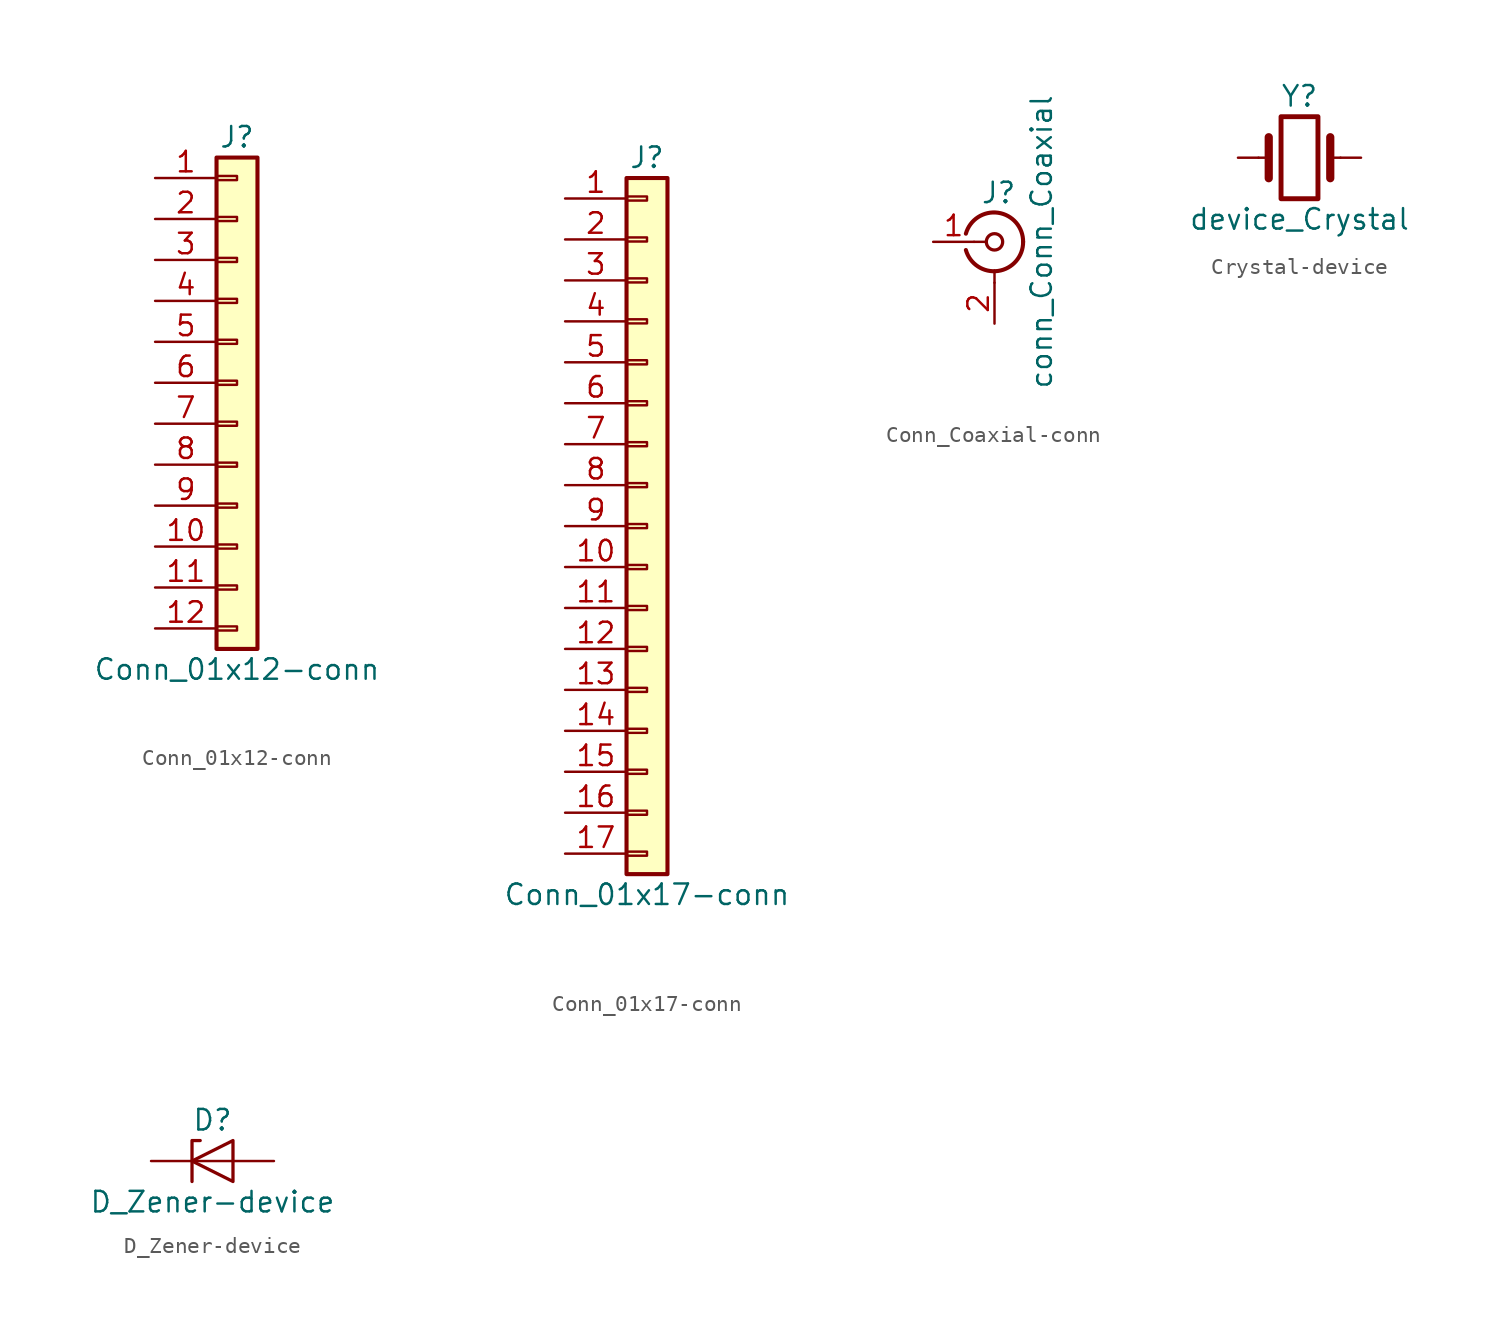
<source format=kicad_sym>
(kicad_symbol_lib
  (version 20220914)
  (generator kicad_symbol_editor)
  (symbol "Conn_01x12-conn"
    (pin_names
      (offset 1.016) hide)
    (property "Reference" "J"
      (at 0 15.24 0)
      (effects (font (size 1.27 1.27))))
    (property "Value" "Conn_01x12-conn"
      (at 0 -17.78 0)
      (effects (font (size 1.27 1.27))))
    (symbol "Conn_01x12-conn_1_1"
      (rectangle (start -1.27 -15.113) (end 0 -15.367) (stroke (width 0.152) (type solid)) (fill (type none)))
      (rectangle (start -1.27 -12.573) (end 0 -12.827) (stroke (width 0.152) (type solid)) (fill (type none)))
      (rectangle (start -1.27 -10.033) (end 0 -10.287) (stroke (width 0.152) (type solid)) (fill (type none)))
      (rectangle (start -1.27 -7.493) (end 0 -7.747) (stroke (width 0.152) (type solid)) (fill (type none)))
      (rectangle (start -1.27 -4.953) (end 0 -5.207) (stroke (width 0.152) (type solid)) (fill (type none)))
      (rectangle (start -1.27 -2.413) (end 0 -2.667) (stroke (width 0.152) (type solid)) (fill (type none)))
      (rectangle (start -1.27 0.127) (end 0 -0.127) (stroke (width 0.152) (type solid)) (fill (type none)))
      (rectangle (start -1.27 2.667) (end 0 2.413) (stroke (width 0.152) (type solid)) (fill (type none)))
      (rectangle (start -1.27 5.207) (end 0 4.953) (stroke (width 0.152) (type solid)) (fill (type none)))
      (rectangle (start -1.27 7.747) (end 0 7.493) (stroke (width 0.152) (type solid)) (fill (type none)))
      (rectangle (start -1.27 10.287) (end 0 10.033) (stroke (width 0.152) (type solid)) (fill (type none)))
      (rectangle (start -1.27 12.827) (end 0 12.573) (stroke (width 0.152) (type solid)) (fill (type none)))
      (rectangle (start -1.27 13.97) (end 1.27 -16.51) (stroke (width 0.254) (type solid)) (fill (type background)))
      (pin passive line (at -5.08 12.7 0) (length 3.81) (name "Pin_1" (effects (font (size 1.27 1.27)))) (number "1" (effects (font (size 1.27 1.27)))))
      (pin passive line (at -5.08 -10.16 0) (length 3.81) (name "Pin_10" (effects (font (size 1.27 1.27)))) (number "10" (effects (font (size 1.27 1.27)))))
      (pin passive line (at -5.08 -12.7 0) (length 3.81) (name "Pin_11" (effects (font (size 1.27 1.27)))) (number "11" (effects (font (size 1.27 1.27)))))
      (pin passive line (at -5.08 -15.24 0) (length 3.81) (name "Pin_12" (effects (font (size 1.27 1.27)))) (number "12" (effects (font (size 1.27 1.27)))))
      (pin passive line (at -5.08 10.16 0) (length 3.81) (name "Pin_2" (effects (font (size 1.27 1.27)))) (number "2" (effects (font (size 1.27 1.27)))))
      (pin passive line (at -5.08 7.62 0) (length 3.81) (name "Pin_3" (effects (font (size 1.27 1.27)))) (number "3" (effects (font (size 1.27 1.27)))))
      (pin passive line (at -5.08 5.08 0) (length 3.81) (name "Pin_4" (effects (font (size 1.27 1.27)))) (number "4" (effects (font (size 1.27 1.27)))))
      (pin passive line (at -5.08 2.54 0) (length 3.81) (name "Pin_5" (effects (font (size 1.27 1.27)))) (number "5" (effects (font (size 1.27 1.27)))))
      (pin passive line (at -5.08 0 0) (length 3.81) (name "Pin_6" (effects (font (size 1.27 1.27)))) (number "6" (effects (font (size 1.27 1.27)))))
      (pin passive line (at -5.08 -2.54 0) (length 3.81) (name "Pin_7" (effects (font (size 1.27 1.27)))) (number "7" (effects (font (size 1.27 1.27)))))
      (pin passive line (at -5.08 -5.08 0) (length 3.81) (name "Pin_8" (effects (font (size 1.27 1.27)))) (number "8" (effects (font (size 1.27 1.27)))))
      (pin passive line (at -5.08 -7.62 0) (length 3.81) (name "Pin_9" (effects (font (size 1.27 1.27)))) (number "9" (effects (font (size 1.27 1.27)))))))
  (symbol "Conn_01x17-conn"
    (pin_names
      (offset 1.016) hide)
    (property "Reference" "J"
      (at 0 22.86 0)
      (effects (font (size 1.27 1.27))))
    (property "Value" "Conn_01x17-conn"
      (at 0 -22.86 0)
      (effects (font (size 1.27 1.27))))
    (symbol "Conn_01x17-conn_1_1"
      (rectangle (start -1.27 -20.193) (end 0 -20.447) (stroke (width 0.152) (type solid)) (fill (type none)))
      (rectangle (start -1.27 -17.653) (end 0 -17.907) (stroke (width 0.152) (type solid)) (fill (type none)))
      (rectangle (start -1.27 -15.113) (end 0 -15.367) (stroke (width 0.152) (type solid)) (fill (type none)))
      (rectangle (start -1.27 -12.573) (end 0 -12.827) (stroke (width 0.152) (type solid)) (fill (type none)))
      (rectangle (start -1.27 -10.033) (end 0 -10.287) (stroke (width 0.152) (type solid)) (fill (type none)))
      (rectangle (start -1.27 -7.493) (end 0 -7.747) (stroke (width 0.152) (type solid)) (fill (type none)))
      (rectangle (start -1.27 -4.953) (end 0 -5.207) (stroke (width 0.152) (type solid)) (fill (type none)))
      (rectangle (start -1.27 -2.413) (end 0 -2.667) (stroke (width 0.152) (type solid)) (fill (type none)))
      (rectangle (start -1.27 0.127) (end 0 -0.127) (stroke (width 0.152) (type solid)) (fill (type none)))
      (rectangle (start -1.27 2.667) (end 0 2.413) (stroke (width 0.152) (type solid)) (fill (type none)))
      (rectangle (start -1.27 5.207) (end 0 4.953) (stroke (width 0.152) (type solid)) (fill (type none)))
      (rectangle (start -1.27 7.747) (end 0 7.493) (stroke (width 0.152) (type solid)) (fill (type none)))
      (rectangle (start -1.27 10.287) (end 0 10.033) (stroke (width 0.152) (type solid)) (fill (type none)))
      (rectangle (start -1.27 12.827) (end 0 12.573) (stroke (width 0.152) (type solid)) (fill (type none)))
      (rectangle (start -1.27 15.367) (end 0 15.113) (stroke (width 0.152) (type solid)) (fill (type none)))
      (rectangle (start -1.27 17.907) (end 0 17.653) (stroke (width 0.152) (type solid)) (fill (type none)))
      (rectangle (start -1.27 20.447) (end 0 20.193) (stroke (width 0.152) (type solid)) (fill (type none)))
      (rectangle (start -1.27 21.59) (end 1.27 -21.59) (stroke (width 0.254) (type solid)) (fill (type background)))
      (pin passive line (at -5.08 20.32 0) (length 3.81) (name "Pin_1" (effects (font (size 1.27 1.27)))) (number "1" (effects (font (size 1.27 1.27)))))
      (pin passive line (at -5.08 -2.54 0) (length 3.81) (name "Pin_10" (effects (font (size 1.27 1.27)))) (number "10" (effects (font (size 1.27 1.27)))))
      (pin passive line (at -5.08 -5.08 0) (length 3.81) (name "Pin_11" (effects (font (size 1.27 1.27)))) (number "11" (effects (font (size 1.27 1.27)))))
      (pin passive line (at -5.08 -7.62 0) (length 3.81) (name "Pin_12" (effects (font (size 1.27 1.27)))) (number "12" (effects (font (size 1.27 1.27)))))
      (pin passive line (at -5.08 -10.16 0) (length 3.81) (name "Pin_13" (effects (font (size 1.27 1.27)))) (number "13" (effects (font (size 1.27 1.27)))))
      (pin passive line (at -5.08 -12.7 0) (length 3.81) (name "Pin_14" (effects (font (size 1.27 1.27)))) (number "14" (effects (font (size 1.27 1.27)))))
      (pin passive line (at -5.08 -15.24 0) (length 3.81) (name "Pin_15" (effects (font (size 1.27 1.27)))) (number "15" (effects (font (size 1.27 1.27)))))
      (pin passive line (at -5.08 -17.78 0) (length 3.81) (name "Pin_16" (effects (font (size 1.27 1.27)))) (number "16" (effects (font (size 1.27 1.27)))))
      (pin passive line (at -5.08 -20.32 0) (length 3.81) (name "Pin_17" (effects (font (size 1.27 1.27)))) (number "17" (effects (font (size 1.27 1.27)))))
      (pin passive line (at -5.08 17.78 0) (length 3.81) (name "Pin_2" (effects (font (size 1.27 1.27)))) (number "2" (effects (font (size 1.27 1.27)))))
      (pin passive line (at -5.08 15.24 0) (length 3.81) (name "Pin_3" (effects (font (size 1.27 1.27)))) (number "3" (effects (font (size 1.27 1.27)))))
      (pin passive line (at -5.08 12.7 0) (length 3.81) (name "Pin_4" (effects (font (size 1.27 1.27)))) (number "4" (effects (font (size 1.27 1.27)))))
      (pin passive line (at -5.08 10.16 0) (length 3.81) (name "Pin_5" (effects (font (size 1.27 1.27)))) (number "5" (effects (font (size 1.27 1.27)))))
      (pin passive line (at -5.08 7.62 0) (length 3.81) (name "Pin_6" (effects (font (size 1.27 1.27)))) (number "6" (effects (font (size 1.27 1.27)))))
      (pin passive line (at -5.08 5.08 0) (length 3.81) (name "Pin_7" (effects (font (size 1.27 1.27)))) (number "7" (effects (font (size 1.27 1.27)))))
      (pin passive line (at -5.08 2.54 0) (length 3.81) (name "Pin_8" (effects (font (size 1.27 1.27)))) (number "8" (effects (font (size 1.27 1.27)))))
      (pin passive line (at -5.08 0 0) (length 3.81) (name "Pin_9" (effects (font (size 1.27 1.27)))) (number "9" (effects (font (size 1.27 1.27)))))))
  (symbol "Conn_Coaxial-conn"
    (pin_names
      (offset 1.016) hide)
    (property "Reference" "J"
      (at 0.254 3.048 0)
      (effects (font (size 1.27 1.27))))
    (property "Value" "conn_Conn_Coaxial"
      (at 2.921 0 90)
      (effects (font (size 1.27 1.27))))
    (symbol "Conn_Coaxial-conn_0_1"
      (arc (start -1.778 -0.508) (mid 0.2311 -1.8066) (end 1.778 0) (stroke (width 0.254) (type solid)) (fill (type none)))
      (polyline (pts (xy -1.27 0) (xy -0.508 0)) (stroke (width 0) (type solid)) (fill (type none)))
      (polyline (pts (xy 0 -2.54) (xy 0 -1.778)) (stroke (width 0) (type solid)) (fill (type none)))
      (circle (center 0 0) (radius 0.508) (stroke (width 0.203) (type solid)) (fill (type none)))
      (arc (start 1.778 0) (mid 0.2099 1.8101) (end -1.778 0.508) (stroke (width 0.254) (type solid)) (fill (type none))))
    (symbol "Conn_Coaxial-conn_1_1"
      (pin passive line (at -3.81 0 0) (length 2.54) (name "In" (effects (font (size 1.27 1.27)))) (number "1" (effects (font (size 1.27 1.27)))))
      (pin passive line (at 0 -5.08 90) (length 2.54) (name "Ext" (effects (font (size 1.27 1.27)))) (number "2" (effects (font (size 1.27 1.27)))))))
  (symbol "Crystal-device"
    (pin_numbers hide)
    (pin_names
      (offset 1.016) hide)
    (property "Reference" "Y"
      (at 0 3.81 0)
      (effects (font (size 1.27 1.27))))
    (property "Value" "device_Crystal"
      (at 0 -3.81 0)
      (effects (font (size 1.27 1.27))))
    (symbol "Crystal-device_0_1"
      (rectangle (start -1.143 2.54) (end 1.143 -2.54) (stroke (width 0.305) (type solid)) (fill (type none)))
      (polyline (pts (xy -2.54 0) (xy -1.905 0)) (stroke (width 0) (type solid)) (fill (type none)))
      (polyline (pts (xy -1.905 -1.27) (xy -1.905 1.27)) (stroke (width 0.508) (type solid)) (fill (type none)))
      (polyline (pts (xy 1.905 -1.27) (xy 1.905 1.27)) (stroke (width 0.508) (type solid)) (fill (type none)))
      (polyline (pts (xy 2.54 0) (xy 1.905 0)) (stroke (width 0) (type solid)) (fill (type none))))
    (symbol "Crystal-device_1_1"
      (pin passive line (at -3.81 0 0) (length 1.27) (name "1" (effects (font (size 1.27 1.27)))) (number "1" (effects (font (size 1.27 1.27)))))
      (pin passive line (at 3.81 0 180) (length 1.27) (name "2" (effects (font (size 1.27 1.27)))) (number "2" (effects (font (size 1.27 1.27)))))))
  (symbol "D_Zener-device"
    (pin_numbers hide)
    (pin_names
      (offset 1.016) hide)
    (property "Reference" "D"
      (at 0 2.54 0)
      (effects (font (size 1.27 1.27))))
    (property "Value" "D_Zener-device"
      (at 0 -2.54 0)
      (effects (font (size 1.27 1.27))))
    (symbol "D_Zener-device_0_1"
      (polyline (pts (xy 1.27 0) (xy -1.27 0)) (stroke (width 0) (type solid)) (fill (type none)))
      (polyline (pts (xy -1.27 -1.27) (xy -1.27 1.27) (xy -0.762 1.27)) (stroke (width 0.203) (type solid)) (fill (type none)))
      (polyline (pts (xy 1.27 -1.27) (xy 1.27 1.27) (xy -1.27 0) (xy 1.27 -1.27)) (stroke (width 0.203) (type solid)) (fill (type none))))
    (symbol "D_Zener-device_1_1"
      (pin passive line (at -3.81 0 0) (length 2.54) (name "K" (effects (font (size 1.27 1.27)))) (number "1" (effects (font (size 1.27 1.27)))))
      (pin passive line (at 3.81 0 180) (length 2.54) (name "A" (effects (font (size 1.27 1.27)))) (number "2" (effects (font (size 1.27 1.27))))))))
</source>
